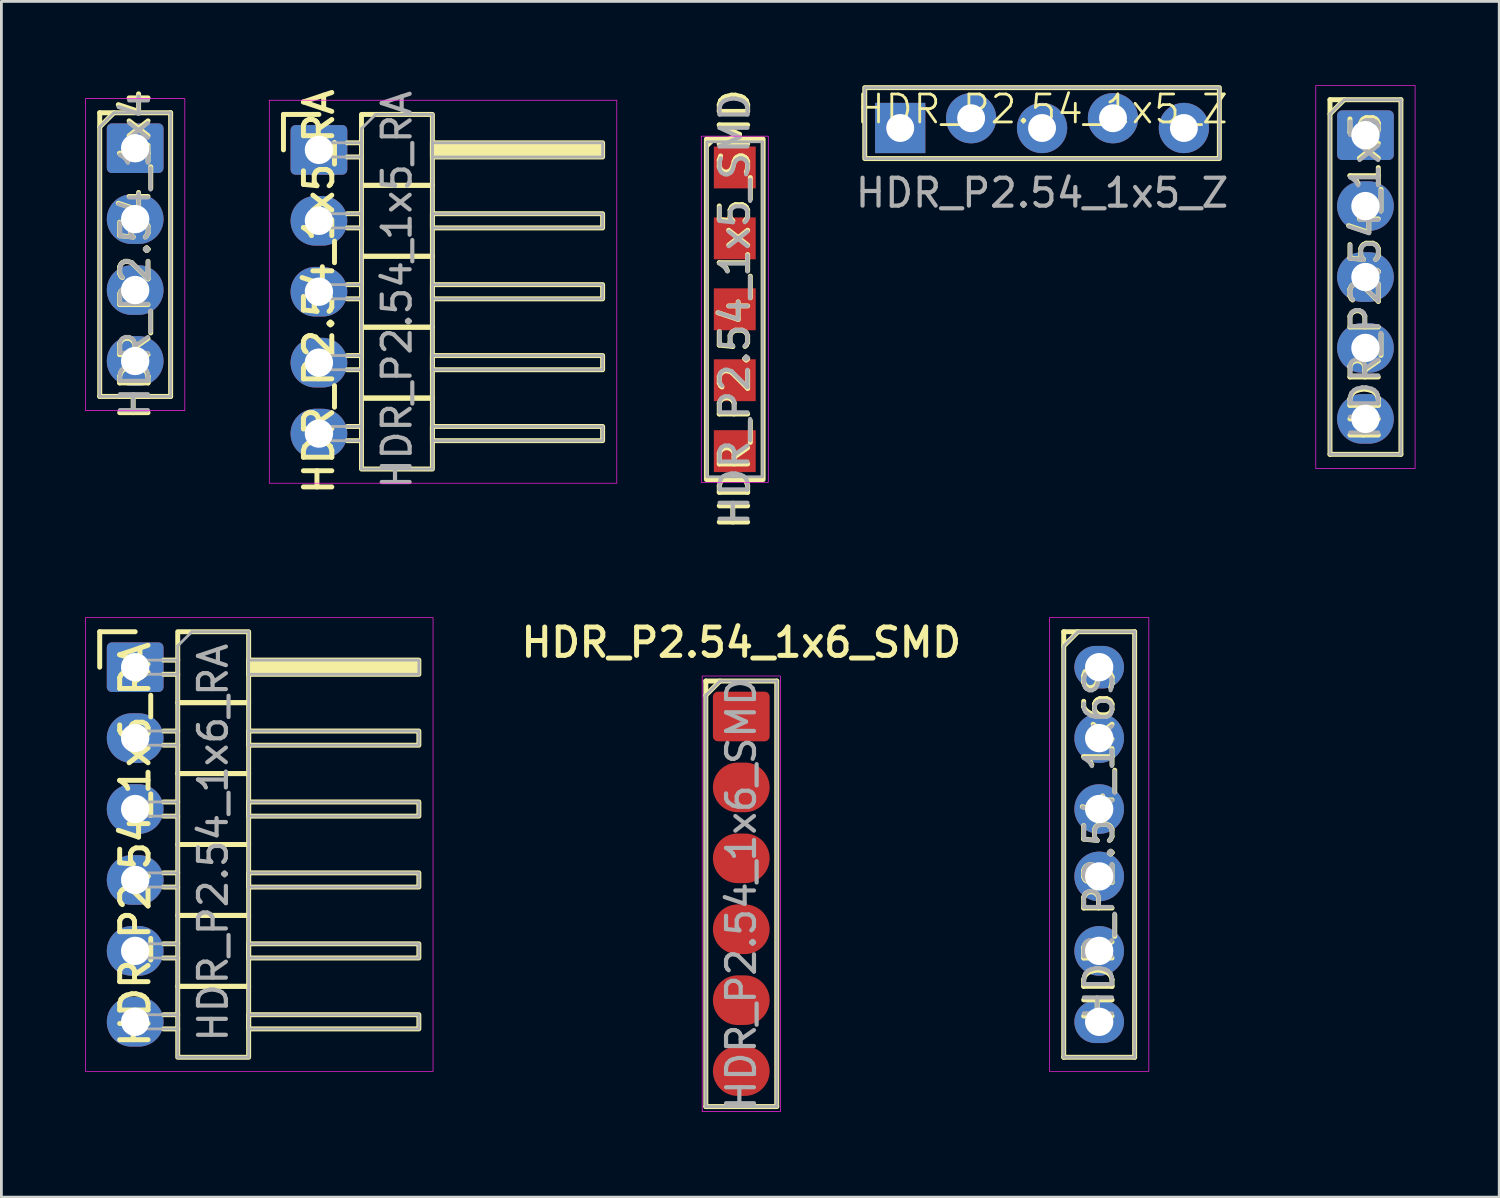
<source format=kicad_pcb>
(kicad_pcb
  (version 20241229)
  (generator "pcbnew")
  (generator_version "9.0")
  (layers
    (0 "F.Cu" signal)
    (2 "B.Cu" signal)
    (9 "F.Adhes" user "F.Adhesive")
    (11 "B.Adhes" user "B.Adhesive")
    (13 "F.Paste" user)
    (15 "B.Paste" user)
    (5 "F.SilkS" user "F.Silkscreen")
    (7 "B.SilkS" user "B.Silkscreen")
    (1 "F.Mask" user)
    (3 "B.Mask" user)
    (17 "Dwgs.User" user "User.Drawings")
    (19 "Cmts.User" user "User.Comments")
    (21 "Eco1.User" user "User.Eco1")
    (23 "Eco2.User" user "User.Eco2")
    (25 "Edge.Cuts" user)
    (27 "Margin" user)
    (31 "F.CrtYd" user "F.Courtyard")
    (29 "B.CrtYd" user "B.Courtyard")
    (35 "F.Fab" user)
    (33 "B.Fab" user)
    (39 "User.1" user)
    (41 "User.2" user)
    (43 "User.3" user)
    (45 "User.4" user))
  (footprint "HDR_P2.54_1x5_Z"
    (layer "F.Cu")
    (at 34.27 1.359)
    (property "Reference" "HDR_P2.54_1x5_Z" (at 0 -0.5 0) (unlocked yes) (layer "F.SilkS") (effects (font (size 1 1) (thickness 0.1))))
    (attr through_hole)
    (fp_rect (start -6.35 -1.27) (end 6.35 1.27) (stroke (width 0.178) (type solid)) (fill no) (layer "F.SilkS"))
    (fp_rect (start -6.35 -1.27) (end 6.35 1.27) (stroke (width 0.1) (type solid)) (fill no) (layer "F.Fab"))
    (fp_text user "${REFERENCE}" (at 0 2.5 0) (unlocked yes) (layer "F.Fab") (effects (font (size 1 1) (thickness 0.15))))
    (pad "1" thru_hole rect (at -5.08 0.175) (size 1.8 1.8) (drill 1) (layers "*.Cu" "*.Mask"))
    (pad "2" thru_hole circle (at -2.54 -0.175) (size 1.8 1.8) (drill 1) (layers "*.Cu" "*.Mask"))
    (pad "3" thru_hole circle (at 0 0.175) (size 1.8 1.8) (drill 1) (layers "*.Cu" "*.Mask"))
    (pad "4" thru_hole circle (at 2.54 -0.175) (size 1.8 1.8) (drill 1) (layers "*.Cu" "*.Mask"))
    (pad "5" thru_hole circle (at 5.08 0.175) (size 1.8 1.8) (drill 1) (layers "*.Cu" "*.Mask")))
  (footprint "HDR_P2.54_1x6_RA"
    (layer "F.Cu")
    (at 1.791 27.195)
    (property "Reference" "HDR_P2.54_1x6_RA" (at 0 0 90) (layer "F.SilkS") (effects (font (size 1.016 1.016) (thickness 0.178))))
    (attr through_hole)
    (fp_line (start -1.27 -7.62) (end 0 -7.62) (stroke (width 0.178) (type solid)) (layer "F.SilkS"))
    (fp_line (start -1.27 -6.35) (end -1.27 -7.62) (stroke (width 0.178) (type solid)) (layer "F.SilkS"))
    (fp_line (start 1.016 -6.604) (end 1.524 -6.604) (stroke (width 0.178) (type solid)) (layer "F.SilkS"))
    (fp_line (start 1.016 -6.096) (end 1.524 -6.096) (stroke (width 0.178) (type solid)) (layer "F.SilkS"))
    (fp_line (start 1.016 -4.064) (end 1.524 -4.064) (stroke (width 0.178) (type solid)) (layer "F.SilkS"))
    (fp_line (start 1.016 -3.556) (end 1.524 -3.556) (stroke (width 0.178) (type solid)) (layer "F.SilkS"))
    (fp_line (start 1.016 -1.524) (end 1.524 -1.524) (stroke (width 0.178) (type solid)) (layer "F.SilkS"))
    (fp_line (start 1.016 -1.016) (end 1.524 -1.016) (stroke (width 0.178) (type solid)) (layer "F.SilkS"))
    (fp_line (start 1.016 1.016) (end 1.524 1.016) (stroke (width 0.178) (type solid)) (layer "F.SilkS"))
    (fp_line (start 1.016 1.524) (end 1.524 1.524) (stroke (width 0.178) (type solid)) (layer "F.SilkS"))
    (fp_line (start 1.016 3.556) (end 1.524 3.556) (stroke (width 0.178) (type solid)) (layer "F.SilkS"))
    (fp_line (start 1.016 4.064) (end 1.524 4.064) (stroke (width 0.178) (type solid)) (layer "F.SilkS"))
    (fp_line (start 1.016 6.096) (end 1.524 6.096) (stroke (width 0.178) (type solid)) (layer "F.SilkS"))
    (fp_line (start 1.016 6.604) (end 1.524 6.604) (stroke (width 0.178) (type solid)) (layer "F.SilkS"))
    (fp_rect (start 1.524 -5.08) (end 4.064 -7.62) (stroke (width 0.178) (type solid)) (fill no) (layer "F.SilkS"))
    (fp_rect (start 1.524 -2.54) (end 4.064 -5.08) (stroke (width 0.178) (type solid)) (fill no) (layer "F.SilkS"))
    (fp_rect (start 1.524 0) (end 4.064 -2.54) (stroke (width 0.178) (type solid)) (fill no) (layer "F.SilkS"))
    (fp_rect (start 1.524 2.54) (end 4.064 0) (stroke (width 0.178) (type solid)) (fill no) (layer "F.SilkS"))
    (fp_rect (start 1.524 5.08) (end 4.064 2.54) (stroke (width 0.178) (type solid)) (fill no) (layer "F.SilkS"))
    (fp_rect (start 1.524 7.62) (end 4.064 5.08) (stroke (width 0.178) (type solid)) (fill no) (layer "F.SilkS"))
    (fp_rect (start 4.064 -6.604) (end 10.16 -6.096) (stroke (width 0.178) (type solid)) (fill yes) (layer "F.SilkS"))
    (fp_rect (start 4.064 -4.064) (end 10.16 -3.556) (stroke (width 0.178) (type solid)) (fill no) (layer "F.SilkS"))
    (fp_rect (start 4.064 -1.524) (end 10.16 -1.016) (stroke (width 0.178) (type solid)) (fill no) (layer "F.SilkS"))
    (fp_rect (start 4.064 1.016) (end 10.16 1.524) (stroke (width 0.178) (type solid)) (fill no) (layer "F.SilkS"))
    (fp_rect (start 4.064 3.556) (end 10.16 4.064) (stroke (width 0.178) (type solid)) (fill no) (layer "F.SilkS"))
    (fp_rect (start 4.064 6.096) (end 10.16 6.604) (stroke (width 0.178) (type solid)) (fill no) (layer "F.SilkS"))
    (fp_rect (start -1.778 -8.128) (end 10.668 8.128) (stroke (width 0.025) (type solid)) (fill no) (layer "F.CrtYd"))
    (fp_line (start 1.524 -7.112) (end 2.032 -7.62) (stroke (width 0.1) (type solid)) (layer "F.Fab"))
    (fp_line (start 1.524 7.62) (end 1.524 -7.112) (stroke (width 0.1) (type solid)) (layer "F.Fab"))
    (fp_line (start 2.032 -7.62) (end 4.064 -7.62) (stroke (width 0.1) (type solid)) (layer "F.Fab"))
    (fp_line (start 4.064 -7.62) (end 4.064 7.62) (stroke (width 0.1) (type solid)) (layer "F.Fab"))
    (fp_line (start 4.064 7.62) (end 1.524 7.62) (stroke (width 0.1) (type solid)) (layer "F.Fab"))
    (fp_rect (start -0.254 -6.604) (end 1.524 -6.096) (stroke (width 0.1) (type solid)) (fill no) (layer "F.Fab"))
    (fp_rect (start -0.254 -4.064) (end 1.524 -3.556) (stroke (width 0.1) (type solid)) (fill no) (layer "F.Fab"))
    (fp_rect (start -0.254 -1.524) (end 1.524 -1.016) (stroke (width 0.1) (type solid)) (fill no) (layer "F.Fab"))
    (fp_rect (start -0.254 1.524) (end 1.524 1.016) (stroke (width 0.1) (type solid)) (fill no) (layer "F.Fab"))
    (fp_rect (start -0.254 3.556) (end 1.524 4.064) (stroke (width 0.1) (type solid)) (fill no) (layer "F.Fab"))
    (fp_rect (start -0.254 6.604) (end 1.524 6.096) (stroke (width 0.1) (type solid)) (fill no) (layer "F.Fab"))
    (fp_rect (start 4.064 -6.604) (end 10.16 -6.096) (stroke (width 0.1) (type solid)) (fill no) (layer "F.Fab"))
    (fp_rect (start 4.064 -4.064) (end 10.16 -3.556) (stroke (width 0.1) (type solid)) (fill no) (layer "F.Fab"))
    (fp_rect (start 4.064 -1.524) (end 10.16 -1.016) (stroke (width 0.1) (type solid)) (fill no) (layer "F.Fab"))
    (fp_rect (start 4.064 1.016) (end 10.16 1.524) (stroke (width 0.1) (type solid)) (fill no) (layer "F.Fab"))
    (fp_rect (start 4.064 3.556) (end 10.16 4.064) (stroke (width 0.1) (type solid)) (fill no) (layer "F.Fab"))
    (fp_rect (start 4.064 6.096) (end 10.16 6.604) (stroke (width 0.1) (type solid)) (fill no) (layer "F.Fab"))
    (fp_text user "${REFERENCE}" (at 2.794 -0.066 90) (layer "F.Fab") (effects (font (size 1 1) (thickness 0.15))))
    (pad "1" thru_hole roundrect (at 0 -6.35) (size 2.032 1.778) (drill 1.016) (layers "*.Cu" "*.Mask") (roundrect_rratio 0.1))
    (pad "2" thru_hole oval (at 0 -3.81) (size 2.032 1.778) (drill 1.016) (layers "*.Cu" "*.Mask"))
    (pad "3" thru_hole oval (at 0 -1.27) (size 2.032 1.778) (drill 1.016) (layers "*.Cu" "*.Mask"))
    (pad "4" thru_hole oval (at 0 1.27) (size 2.032 1.778) (drill 1.016) (layers "*.Cu" "*.Mask"))
    (pad "5" thru_hole oval (at 0 3.81) (size 2.032 1.778) (drill 1.016) (layers "*.Cu" "*.Mask"))
    (pad "6" thru_hole oval (at 0 6.35) (size 2.032 1.778) (drill 1.016) (layers "*.Cu" "*.Mask")))
  (footprint "HDR_P2.54_1x5"
    (layer "F.Cu")
    (at 45.852 6.871)
    (property "Reference" "HDR_P2.54_1x5" (at 0 0 90) (layer "F.SilkS") (effects (font (size 1.016 1.016) (thickness 0.178))))
    (attr through_hole)
    (fp_line (start -1.27 -6.35) (end -1.27 6.35) (stroke (width 0.178) (type solid)) (layer "F.SilkS"))
    (fp_line (start -1.27 -6.35) (end 1.27 -6.35) (stroke (width 0.178) (type solid)) (layer "F.SilkS"))
    (fp_line (start -1.27 -5.842) (end -0.762 -6.35) (stroke (width 0.178) (type solid)) (layer "F.SilkS"))
    (fp_line (start -1.27 6.35) (end 1.27 6.35) (stroke (width 0.178) (type solid)) (layer "F.SilkS"))
    (fp_line (start 1.27 -6.35) (end 1.27 6.35) (stroke (width 0.178) (type solid)) (layer "F.SilkS"))
    (fp_rect (start -1.778 -6.858) (end 1.778 6.858) (stroke (width 0.025) (type solid)) (fill no) (layer "F.CrtYd"))
    (fp_line (start -1.27 -5.842) (end -0.762 -6.35) (stroke (width 0.1) (type solid)) (layer "F.Fab"))
    (fp_line (start -1.27 6.35) (end -1.27 -5.842) (stroke (width 0.1) (type solid)) (layer "F.Fab"))
    (fp_line (start -0.762 -6.35) (end 1.27 -6.35) (stroke (width 0.1) (type solid)) (layer "F.Fab"))
    (fp_line (start 1.27 -6.35) (end 1.27 6.35) (stroke (width 0.1) (type solid)) (layer "F.Fab"))
    (fp_line (start 1.27 6.35) (end -1.27 6.35) (stroke (width 0.1) (type solid)) (layer "F.Fab"))
    (fp_text user "${REFERENCE}" (at 0 0 90) (layer "F.Fab") (effects (font (size 1 1) (thickness 0.15))))
    (pad "1" thru_hole roundrect (at 0 -5.08) (size 2.032 1.778) (drill 1.016) (layers "*.Cu" "*.Mask") (roundrect_rratio 0.1))
    (pad "2" thru_hole oval (at 0 -2.54) (size 2.032 1.778) (drill 1.016) (layers "*.Cu" "*.Mask"))
    (pad "3" thru_hole oval (at 0 0) (size 2.032 1.778) (drill 1.016) (layers "*.Cu" "*.Mask"))
    (pad "4" thru_hole oval (at 0 2.54) (size 2.032 1.778) (drill 1.016) (layers "*.Cu" "*.Mask"))
    (pad "5" thru_hole oval (at 0 5.08) (size 2.032 1.778) (drill 1.016) (layers "*.Cu" "*.Mask")))
  (footprint "HDR_P2.54_1x6S"
    (layer "F.Cu")
    (at 36.316 27.195)
    (property "Reference" "HDR_P2.54_1x6S" (at 0 0 90) (layer "F.SilkS") (effects (font (size 1.016 1.016) (thickness 0.178))))
    (attr through_hole)
    (fp_line (start -1.27 -7.62) (end -1.27 7.62) (stroke (width 0.178) (type solid)) (layer "F.SilkS"))
    (fp_line (start -1.27 -7.62) (end 1.27 -7.62) (stroke (width 0.178) (type solid)) (layer "F.SilkS"))
    (fp_line (start -1.27 -7.112) (end -0.762 -7.62) (stroke (width 0.178) (type solid)) (layer "F.SilkS"))
    (fp_line (start -1.27 7.62) (end 1.27 7.62) (stroke (width 0.178) (type solid)) (layer "F.SilkS"))
    (fp_line (start 1.27 -7.62) (end 1.27 7.62) (stroke (width 0.178) (type solid)) (layer "F.SilkS"))
    (fp_rect (start -1.778 -8.128) (end 1.778 8.128) (stroke (width 0.025) (type solid)) (fill no) (layer "F.CrtYd"))
    (fp_line (start -1.27 -7.112) (end -0.762 -7.62) (stroke (width 0.1) (type solid)) (layer "F.Fab"))
    (fp_line (start -1.27 7.62) (end -1.27 -7.112) (stroke (width 0.1) (type solid)) (layer "F.Fab"))
    (fp_line (start -0.762 -7.62) (end 1.27 -7.62) (stroke (width 0.1) (type solid)) (layer "F.Fab"))
    (fp_line (start 1.27 -7.62) (end 1.27 7.62) (stroke (width 0.1) (type solid)) (layer "F.Fab"))
    (fp_line (start 1.27 7.62) (end -1.27 7.62) (stroke (width 0.1) (type solid)) (layer "F.Fab"))
    (fp_text user "${REFERENCE}" (at 0 0 90) (layer "F.Fab") (effects (font (size 1 1) (thickness 0.15))))
    (pad "1" thru_hole oval (at 0 -6.35) (size 1.778 1.524) (drill 1.016) (layers "*.Cu" "*.Mask"))
    (pad "2" thru_hole circle (at 0 -3.81) (size 1.778 1.778) (drill 1.016) (layers "*.Cu" "*.Mask"))
    (pad "3" thru_hole circle (at 0 -1.27) (size 1.778 1.778) (drill 1.016) (layers "*.Cu" "*.Mask"))
    (pad "4" thru_hole circle (at 0 1.143) (size 1.778 1.778) (drill 1.016) (layers "*.Cu" "*.Mask"))
    (pad "5" thru_hole circle (at 0 3.81) (size 1.778 1.778) (drill 1.016) (layers "*.Cu" "*.Mask"))
    (pad "6" thru_hole oval (at 0 6.35) (size 1.778 1.524) (drill 1.016) (layers "*.Cu" "*.Mask")))
  (footprint "HDR_P2.54_1x5_RA"
    (layer "F.Cu")
    (at 8.372 7.398)
    (property "Reference" "HDR_P2.54_1x5_RA" (at 0 0 90) (layer "F.SilkS") (effects (font (size 1.016 1.016) (thickness 0.178))))
    (attr through_hole)
    (fp_line (start -1.27 -6.35) (end 0 -6.35) (stroke (width 0.178) (type solid)) (layer "F.SilkS"))
    (fp_line (start -1.27 -5.08) (end -1.27 -6.35) (stroke (width 0.178) (type solid)) (layer "F.SilkS"))
    (fp_line (start 1.016 -5.334) (end 1.524 -5.334) (stroke (width 0.178) (type solid)) (layer "F.SilkS"))
    (fp_line (start 1.016 -4.826) (end 1.524 -4.826) (stroke (width 0.178) (type solid)) (layer "F.SilkS"))
    (fp_line (start 1.016 -2.794) (end 1.524 -2.794) (stroke (width 0.178) (type solid)) (layer "F.SilkS"))
    (fp_line (start 1.016 -2.286) (end 1.524 -2.286) (stroke (width 0.178) (type solid)) (layer "F.SilkS"))
    (fp_line (start 1.016 -0.254) (end 1.524 -0.254) (stroke (width 0.178) (type solid)) (layer "F.SilkS"))
    (fp_line (start 1.016 0.254) (end 1.524 0.254) (stroke (width 0.178) (type solid)) (layer "F.SilkS"))
    (fp_line (start 1.016 2.286) (end 1.524 2.286) (stroke (width 0.178) (type solid)) (layer "F.SilkS"))
    (fp_line (start 1.016 2.794) (end 1.524 2.794) (stroke (width 0.178) (type solid)) (layer "F.SilkS"))
    (fp_line (start 1.016 4.826) (end 1.524 4.826) (stroke (width 0.178) (type solid)) (layer "F.SilkS"))
    (fp_line (start 1.016 5.334) (end 1.524 5.334) (stroke (width 0.178) (type solid)) (layer "F.SilkS"))
    (fp_rect (start 1.524 -3.81) (end 4.064 -6.35) (stroke (width 0.178) (type solid)) (fill no) (layer "F.SilkS"))
    (fp_rect (start 1.524 -1.27) (end 4.064 -3.81) (stroke (width 0.178) (type solid)) (fill no) (layer "F.SilkS"))
    (fp_rect (start 1.524 1.27) (end 4.064 -1.27) (stroke (width 0.178) (type solid)) (fill no) (layer "F.SilkS"))
    (fp_rect (start 1.524 3.81) (end 4.064 1.27) (stroke (width 0.178) (type solid)) (fill no) (layer "F.SilkS"))
    (fp_rect (start 1.524 6.35) (end 4.064 3.81) (stroke (width 0.178) (type solid)) (fill no) (layer "F.SilkS"))
    (fp_rect (start 4.064 -5.334) (end 10.16 -4.826) (stroke (width 0.178) (type solid)) (fill yes) (layer "F.SilkS"))
    (fp_rect (start 4.064 -2.794) (end 10.16 -2.286) (stroke (width 0.178) (type solid)) (fill no) (layer "F.SilkS"))
    (fp_rect (start 4.064 -0.254) (end 10.16 0.254) (stroke (width 0.178) (type solid)) (fill no) (layer "F.SilkS"))
    (fp_rect (start 4.064 2.286) (end 10.16 2.794) (stroke (width 0.178) (type solid)) (fill no) (layer "F.SilkS"))
    (fp_rect (start 4.064 4.826) (end 10.16 5.334) (stroke (width 0.178) (type solid)) (fill no) (layer "F.SilkS"))
    (fp_rect (start -1.778 -6.858) (end 10.668 6.858) (stroke (width 0.025) (type solid)) (fill no) (layer "F.CrtYd"))
    (fp_line (start 1.524 -5.842) (end 2.032 -6.35) (stroke (width 0.1) (type solid)) (layer "F.Fab"))
    (fp_line (start 1.524 6.35) (end 1.524 -5.842) (stroke (width 0.1) (type solid)) (layer "F.Fab"))
    (fp_line (start 2.032 -6.35) (end 4.064 -6.35) (stroke (width 0.1) (type solid)) (layer "F.Fab"))
    (fp_line (start 4.064 -6.35) (end 4.064 6.35) (stroke (width 0.1) (type solid)) (layer "F.Fab"))
    (fp_line (start 4.064 6.35) (end 1.524 6.35) (stroke (width 0.1) (type solid)) (layer "F.Fab"))
    (fp_rect (start -0.254 -5.334) (end 1.524 -4.826) (stroke (width 0.1) (type solid)) (fill no) (layer "F.Fab"))
    (fp_rect (start -0.254 -2.794) (end 1.524 -2.286) (stroke (width 0.1) (type solid)) (fill no) (layer "F.Fab"))
    (fp_rect (start -0.254 0.254) (end 1.524 -0.254) (stroke (width 0.1) (type solid)) (fill no) (layer "F.Fab"))
    (fp_rect (start -0.254 2.286) (end 1.524 2.794) (stroke (width 0.1) (type solid)) (fill no) (layer "F.Fab"))
    (fp_rect (start -0.254 4.826) (end 1.524 5.334) (stroke (width 0.1) (type solid)) (fill no) (layer "F.Fab"))
    (fp_rect (start 4.064 -5.334) (end 10.16 -4.826) (stroke (width 0.1) (type solid)) (fill no) (layer "F.Fab"))
    (fp_rect (start 4.064 -2.794) (end 10.16 -2.286) (stroke (width 0.1) (type solid)) (fill no) (layer "F.Fab"))
    (fp_rect (start 4.064 -0.254) (end 10.16 0.254) (stroke (width 0.1) (type solid)) (fill no) (layer "F.Fab"))
    (fp_rect (start 4.064 2.286) (end 10.16 2.794) (stroke (width 0.1) (type solid)) (fill no) (layer "F.Fab"))
    (fp_rect (start 4.064 5.334) (end 10.16 4.826) (stroke (width 0.1) (type solid)) (fill no) (layer "F.Fab"))
    (fp_text user "${REFERENCE}" (at 2.794 -0.066 90) (layer "F.Fab") (effects (font (size 1 1) (thickness 0.15))))
    (pad "1" thru_hole roundrect (at 0 -5.08) (size 2.032 1.778) (drill 1.016) (layers "*.Cu" "*.Mask") (roundrect_rratio 0.1))
    (pad "2" thru_hole oval (at 0 -2.54) (size 2.032 1.778) (drill 1.016) (layers "*.Cu" "*.Mask"))
    (pad "3" thru_hole oval (at 0 0) (size 2.032 1.778) (drill 1.016) (layers "*.Cu" "*.Mask"))
    (pad "4" thru_hole oval (at 0 2.54) (size 2.032 1.778) (drill 1.016) (layers "*.Cu" "*.Mask"))
    (pad "5" thru_hole oval (at 0 5.08) (size 2.032 1.778) (drill 1.016) (layers "*.Cu" "*.Mask")))
  (footprint "HDR_P2.54_1x4"
    (layer "F.Cu")
    (at 1.791 6.068)
    (property "Reference" "HDR_P2.54_1x4" (at 0 0 90) (layer "F.SilkS") (effects (font (size 1.016 1.016) (thickness 0.178))))
    (attr through_hole)
    (fp_line (start -1.27 -5.08) (end -1.27 5.08) (stroke (width 0.178) (type solid)) (layer "F.SilkS"))
    (fp_line (start -1.27 -5.08) (end 1.27 -5.08) (stroke (width 0.178) (type solid)) (layer "F.SilkS"))
    (fp_line (start -1.27 -4.572) (end -0.762 -5.08) (stroke (width 0.178) (type solid)) (layer "F.SilkS"))
    (fp_line (start -1.27 5.08) (end 1.27 5.08) (stroke (width 0.178) (type solid)) (layer "F.SilkS"))
    (fp_line (start 1.27 -5.08) (end 1.27 5.08) (stroke (width 0.178) (type solid)) (layer "F.SilkS"))
    (fp_rect (start -1.778 -5.588) (end 1.778 5.588) (stroke (width 0.025) (type solid)) (fill no) (layer "F.CrtYd"))
    (fp_line (start -1.27 -4.572) (end -0.762 -5.08) (stroke (width 0.1) (type solid)) (layer "F.Fab"))
    (fp_line (start -1.27 5.08) (end -1.27 -4.572) (stroke (width 0.1) (type solid)) (layer "F.Fab"))
    (fp_line (start -0.762 -5.08) (end 1.27 -5.08) (stroke (width 0.1) (type solid)) (layer "F.Fab"))
    (fp_line (start 1.27 -5.08) (end 1.27 5.08) (stroke (width 0.1) (type solid)) (layer "F.Fab"))
    (fp_line (start 1.27 5.08) (end -1.27 5.08) (stroke (width 0.1) (type solid)) (layer "F.Fab"))
    (fp_text user "${REFERENCE}" (at 0 0 90) (layer "F.Fab") (effects (font (size 1 1) (thickness 0.15))))
    (pad "1" thru_hole roundrect (at 0 -3.81) (size 2.032 1.778) (drill 1.016) (layers "*.Cu" "*.Mask") (roundrect_rratio 0.1))
    (pad "2" thru_hole oval (at 0 -1.27) (size 2.032 1.778) (drill 1.016) (layers "*.Cu" "*.Mask"))
    (pad "3" thru_hole oval (at 0 1.27) (size 2.032 1.778) (drill 1.016) (layers "*.Cu" "*.Mask"))
    (pad "4" thru_hole oval (at 0 3.81) (size 2.032 1.778) (drill 1.016) (layers "*.Cu" "*.Mask")))
  (footprint "HDR_P2.54_1x5_SMD"
    (layer "F.Cu")
    (at 23.265 8.027)
    (property "Reference" "HDR_P2.54_1x5_SMD" (at 0 0 90) (layer "F.SilkS") (effects (font (size 1.016 1.016) (thickness 0.178))))
    (attr smd)
    (fp_line (start -1.016 -5.842) (end -0.816 -6.042) (stroke (width 0.178) (type solid)) (layer "F.SilkS"))
    (fp_rect (start -1.016 -6.096) (end 1.016 6.096) (stroke (width 0.178) (type solid)) (fill no) (layer "F.SilkS"))
    (fp_rect (start -1.2 -6.2) (end 1.2 6.2) (stroke (width 0.025) (type solid)) (fill no) (layer "F.CrtYd"))
    (fp_rect (start -1 6) (end 1 -6) (stroke (width 0.1) (type solid)) (fill no) (layer "F.Fab"))
    (fp_text user "${REFERENCE}" (at 0 0 90) (layer "F.Fab") (effects (font (size 1 1) (thickness 0.15))))
    (pad "1" smd rect (at 0 -5.08) (size 1.5 1.5) (layers "F.Cu" "F.Mask" "F.Paste"))
    (pad "2" smd rect (at 0 -2.54) (size 1.5 1.5) (layers "F.Cu" "F.Mask" "F.Paste"))
    (pad "3" smd rect (at 0 0) (size 1.5 1.5) (layers "F.Cu" "F.Mask" "F.Paste"))
    (pad "4" smd rect (at 0 2.54) (size 1.5 1.5) (layers "F.Cu" "F.Mask" "F.Paste"))
    (pad "5" smd rect (at 0 5.08) (size 1.5 1.5) (layers "F.Cu" "F.Mask" "F.Paste")))
  (footprint "HDR_P2.54_1x6_SMD"
    (layer "F.Cu")
    (at 23.498 28.96)
    (property "Reference" "HDR_P2.54_1x6_SMD" (at 0 -9 180) (layer "F.SilkS") (effects (font (size 1.016 1.016) (thickness 0.178))))
    (attr smd)
    (fp_line (start -1.27 -7.62) (end -1.27 7.62) (stroke (width 0.178) (type solid)) (layer "F.SilkS"))
    (fp_line (start -1.27 -7.62) (end 1.27 -7.62) (stroke (width 0.178) (type solid)) (layer "F.SilkS"))
    (fp_line (start -1.27 -7.112) (end -0.762 -7.62) (stroke (width 0.178) (type solid)) (layer "F.SilkS"))
    (fp_line (start -1.27 7.62) (end 1.27 7.62) (stroke (width 0.178) (type solid)) (layer "F.SilkS"))
    (fp_line (start 1.27 -7.62) (end 1.27 7.62) (stroke (width 0.178) (type solid)) (layer "F.SilkS"))
    (fp_rect (start -1.4 -7.8) (end 1.4 7.8) (stroke (width 0.025) (type solid)) (fill no) (layer "F.CrtYd"))
    (fp_line (start -1.27 -7.112) (end -0.762 -7.62) (stroke (width 0.1) (type solid)) (layer "F.Fab"))
    (fp_line (start -1.27 7.62) (end -1.27 -7.112) (stroke (width 0.1) (type solid)) (layer "F.Fab"))
    (fp_line (start -0.762 -7.62) (end 1.27 -7.62) (stroke (width 0.1) (type solid)) (layer "F.Fab"))
    (fp_line (start 1.27 -7.62) (end 1.27 7.62) (stroke (width 0.1) (type solid)) (layer "F.Fab"))
    (fp_line (start 1.27 7.62) (end -1.27 7.62) (stroke (width 0.1) (type solid)) (layer "F.Fab"))
    (fp_text user "${REFERENCE}" (at 0 0 90) (layer "F.Fab") (effects (font (size 1 1) (thickness 0.15))))
    (pad "1" smd roundrect (at 0 -6.35) (size 2.032 1.778) (layers "F.Cu" "F.Mask" "F.Paste") (roundrect_rratio 0.1))
    (pad "2" smd oval (at 0 -3.81) (size 2.032 1.778) (layers "F.Cu" "F.Mask" "F.Paste"))
    (pad "3" smd oval (at 0 -1.27) (size 2.032 1.778) (layers "F.Cu" "F.Mask" "F.Paste"))
    (pad "4" smd oval (at 0 1.27) (size 2.032 1.778) (layers "F.Cu" "F.Mask" "F.Paste"))
    (pad "5" smd oval (at 0 3.81) (size 2.032 1.778) (layers "F.Cu" "F.Mask" "F.Paste"))
    (pad "6" smd oval (at 0 6.35) (size 2.032 1.778) (layers "F.Cu" "F.Mask" "F.Paste")))
  (gr_rect
    (start -3 -3)
    (end 50.643 39.824)
    (stroke (width 0.1) (type default))
    (fill no)
    (layer "Edge.Cuts")))
</source>
